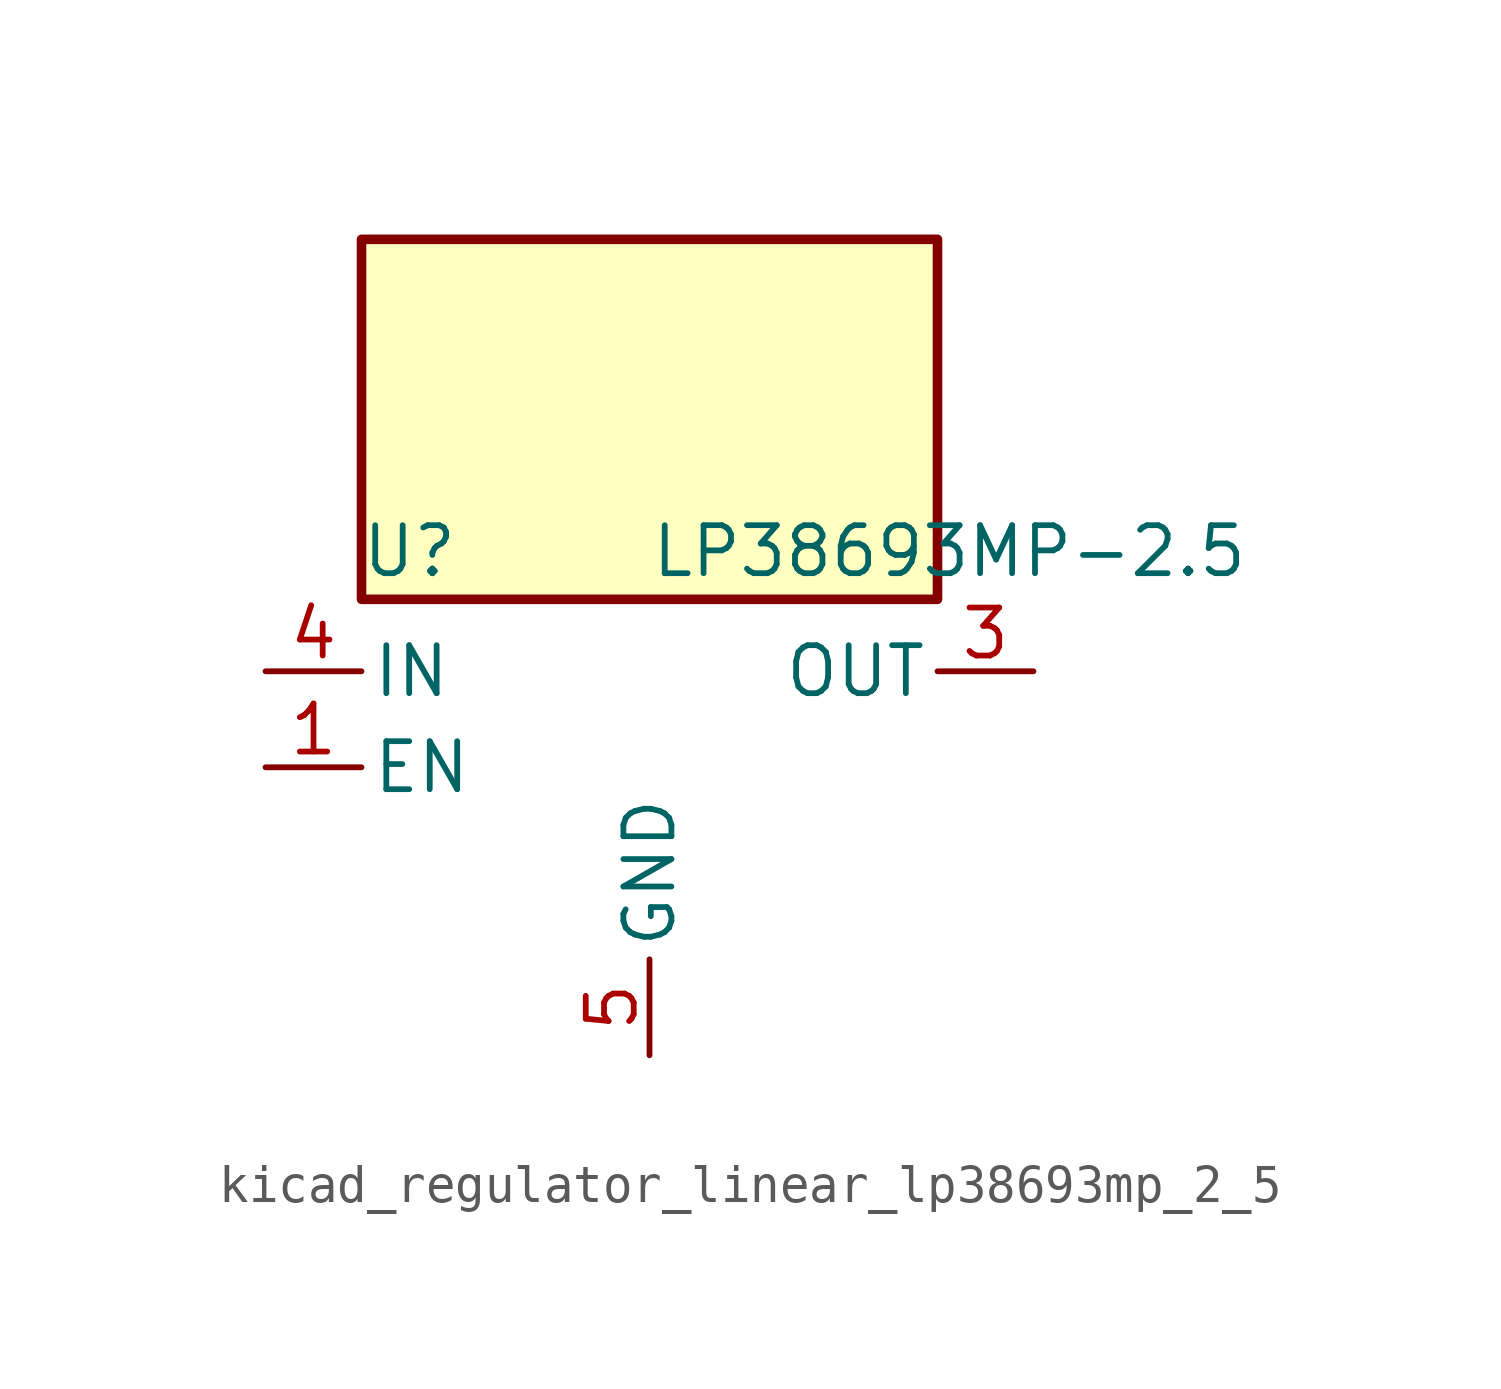
<source format=kicad_sym>
(kicad_symbol_lib
  (version 20220914)
  (generator kicad_symbol_editor)
  (symbol "kicad_regulator_linear_lp38693mp_2_5"
    (pin_names
      (offset 0.254))
    (property "Reference" "U"
      (at -6.35 5.715 0)
      (effects (font (size 1.27 1.27))))
    (property "Value" "LP38693MP-2.5"
      (at 0 5.715 0)
      (effects (font (size 1.27 1.27)) (justify left)))
    (symbol "kicad_regulator_linear_lp38693mp_2_5_0_1"
      (rectangle (start 7.62 13.97) (end -7.62 4.445) (stroke (width 0.254) (type default)) (fill (type background))))
    (symbol "kicad_regulator_linear_lp38693mp_2_5_1_1"
      (pin input line (at -10.16 0 0) (length 2.54) (name "EN" (effects (font (size 1.27 1.27)))) (number "1" (effects (font (size 1.27 1.27)))))
      (pin no_connect line (at 7.62 0 180) (length 2.54) hide (name "NC" (effects (font (size 1.27 1.27)))) (number "2" (effects (font (size 1.27 1.27)))))
      (pin power_out line (at 10.16 2.54 180) (length 2.54) (name "OUT" (effects (font (size 1.27 1.27)))) (number "3" (effects (font (size 1.27 1.27)))))
      (pin power_in line (at -10.16 2.54 0) (length 2.54) (name "IN" (effects (font (size 1.27 1.27)))) (number "4" (effects (font (size 1.27 1.27)))))
      (pin power_in line (at 0 -7.62 90) (length 2.54) (name "GND" (effects (font (size 1.27 1.27)))) (number "5" (effects (font (size 1.27 1.27))))))))
</source>
